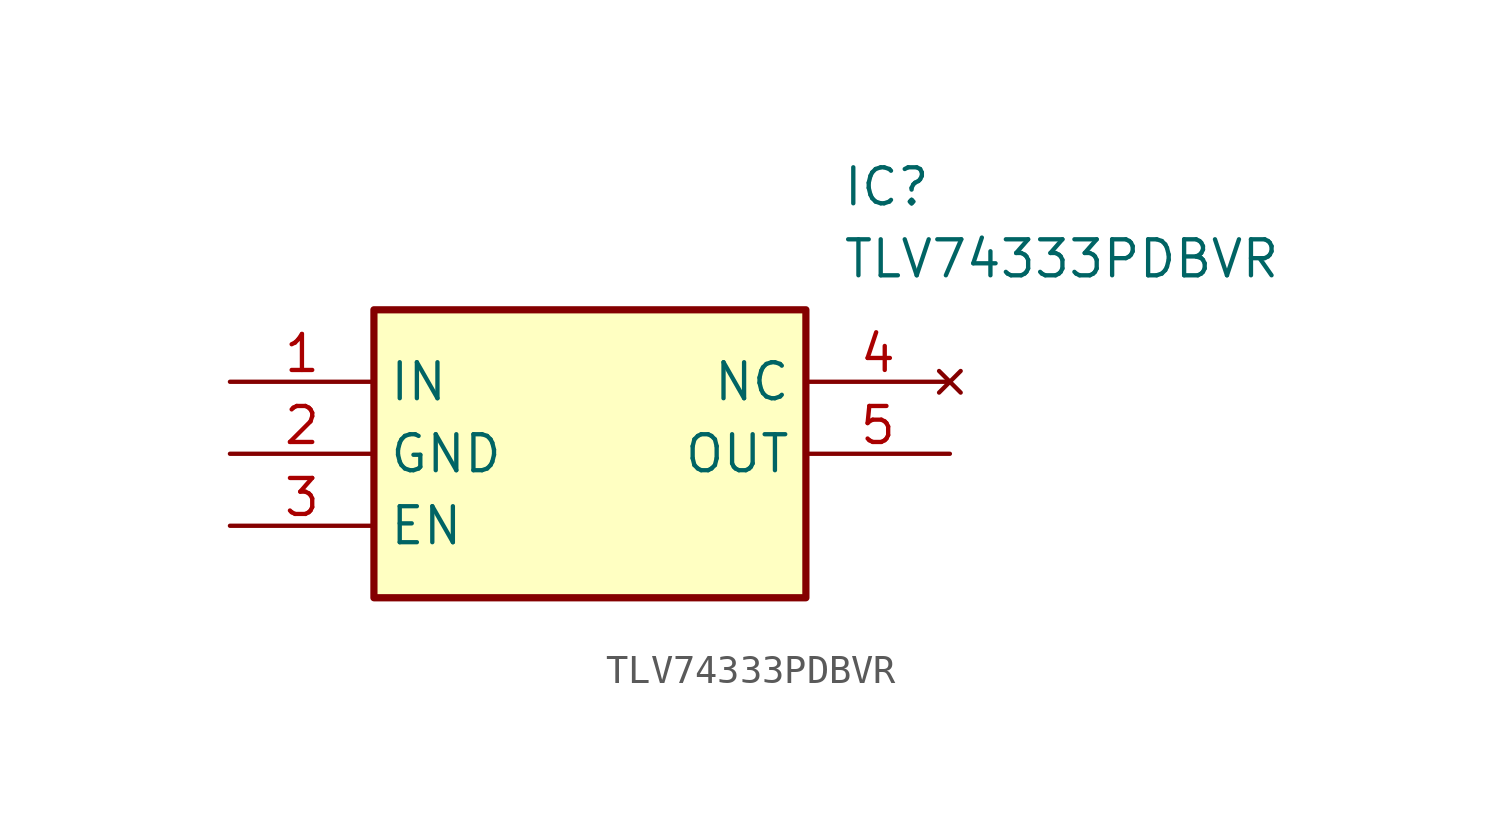
<source format=kicad_sym>
(kicad_symbol_lib
  (version 20211014)
  (generator SamacSys_ECAD_Model)
  (symbol "TLV74333PDBVR"
    (property "Reference" "IC"
      (at 21.59 7.62 0)
      (effects (font (size 1.27 1.27)) (justify left top)))
    (property "Value" "TLV74333PDBVR"
      (at 21.59 5.08 0)
      (effects (font (size 1.27 1.27)) (justify left top)))
    (rectangle
      (start 5.08 2.54)
      (end 20.32 -7.62)
      (stroke (width 0.254) (type default))
      (fill (type background)))
    (pin passive line
      (at 0 0 0)
      (length 5.08)
      (name "IN" (effects (font (size 1.27 1.27))))
      (number "1" (effects (font (size 1.27 1.27)))))
    (pin passive line
      (at 0 -2.54 0)
      (length 5.08)
      (name "GND" (effects (font (size 1.27 1.27))))
      (number "2" (effects (font (size 1.27 1.27)))))
    (pin passive line
      (at 0 -5.08 0)
      (length 5.08)
      (name "EN" (effects (font (size 1.27 1.27))))
      (number "3" (effects (font (size 1.27 1.27)))))
    (pin no_connect line
      (at 25.4 0 180)
      (length 5.08)
      (name "NC" (effects (font (size 1.27 1.27))))
      (number "4" (effects (font (size 1.27 1.27)))))
    (pin passive line
      (at 25.4 -2.54 180)
      (length 5.08)
      (name "OUT" (effects (font (size 1.27 1.27))))
      (number "5" (effects (font (size 1.27 1.27)))))))
</source>
